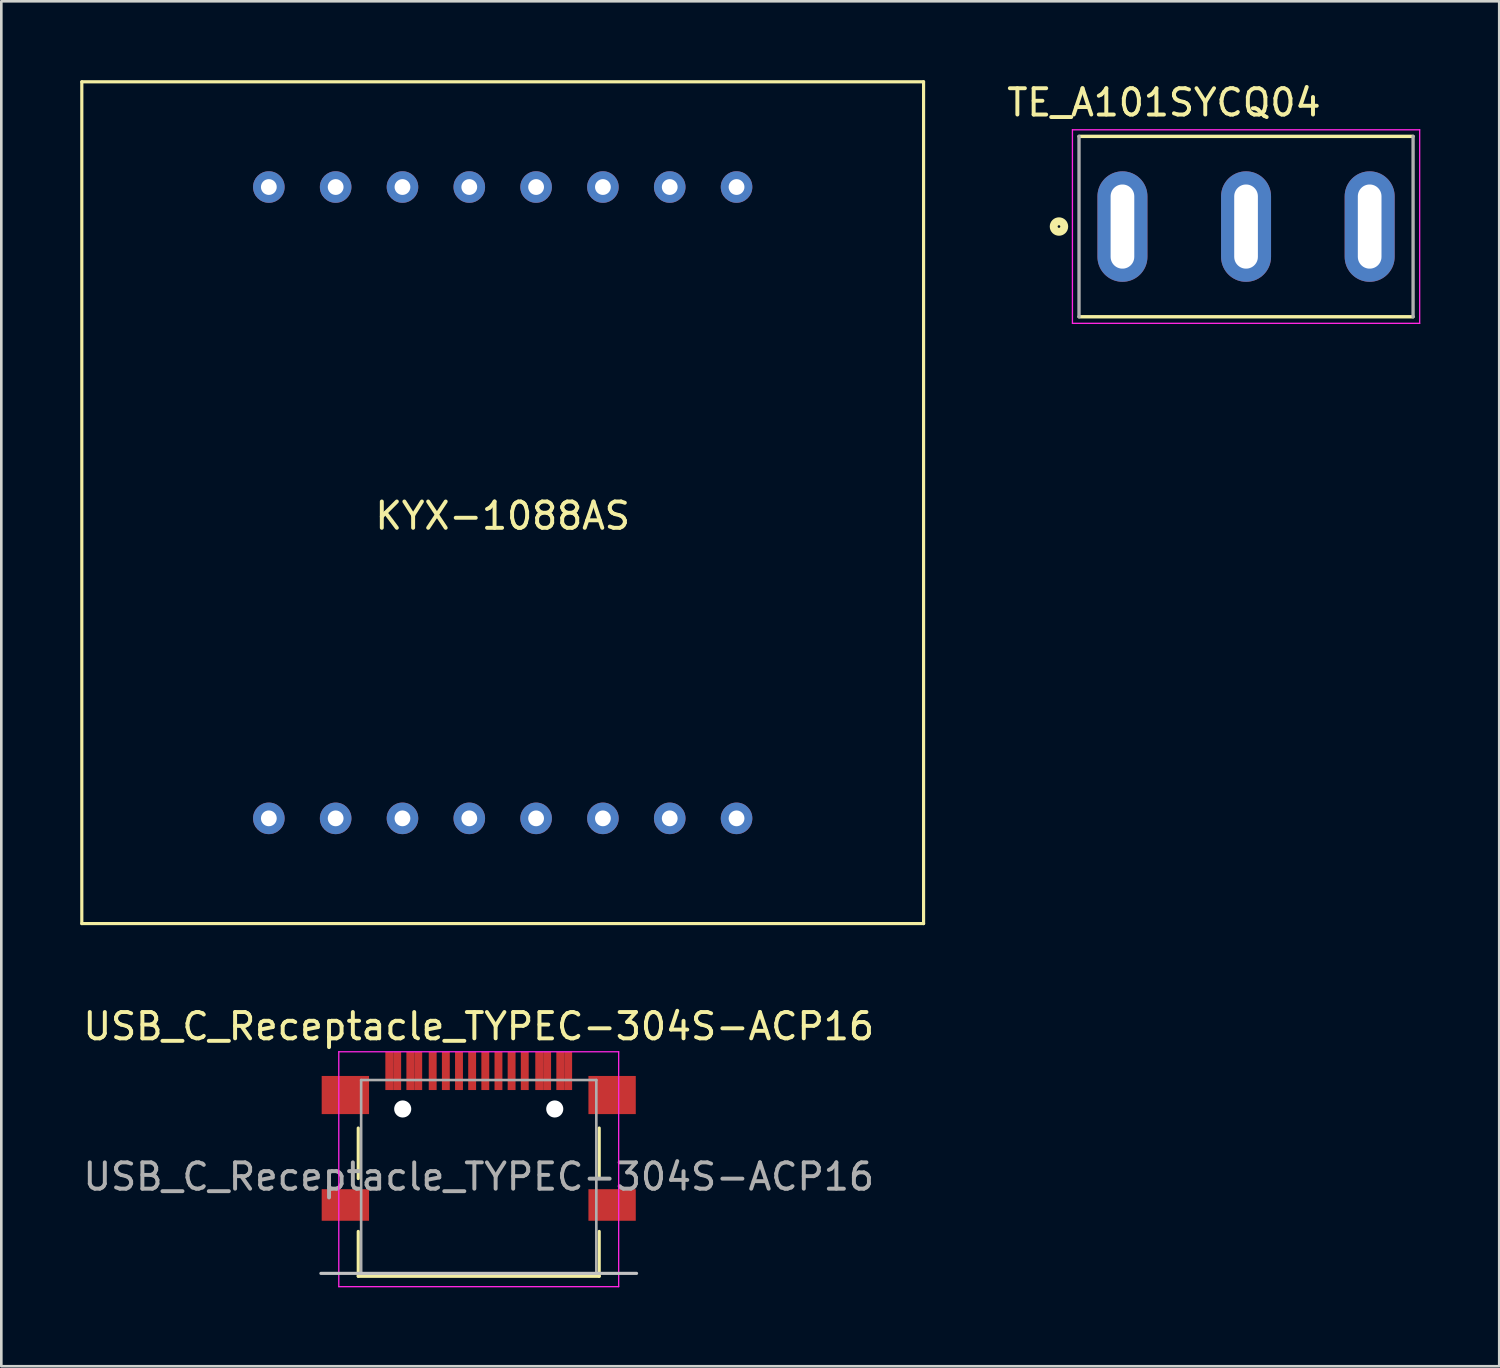
<source format=kicad_pcb>
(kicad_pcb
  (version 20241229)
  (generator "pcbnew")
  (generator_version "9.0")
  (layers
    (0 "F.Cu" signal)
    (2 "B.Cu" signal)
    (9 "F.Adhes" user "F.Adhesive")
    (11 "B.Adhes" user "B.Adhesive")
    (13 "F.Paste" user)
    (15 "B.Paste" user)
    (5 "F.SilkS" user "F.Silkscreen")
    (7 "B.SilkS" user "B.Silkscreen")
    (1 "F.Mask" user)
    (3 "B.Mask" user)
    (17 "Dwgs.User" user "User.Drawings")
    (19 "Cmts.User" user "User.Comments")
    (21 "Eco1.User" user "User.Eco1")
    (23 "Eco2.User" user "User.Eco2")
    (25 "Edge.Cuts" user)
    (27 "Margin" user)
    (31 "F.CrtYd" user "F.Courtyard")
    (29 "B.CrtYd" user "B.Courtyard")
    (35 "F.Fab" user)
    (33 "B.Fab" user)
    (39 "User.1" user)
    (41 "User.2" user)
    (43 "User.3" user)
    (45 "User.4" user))
  (footprint "USB_C_Receptacle_TYPEC-304S-ACP16"
    (layer "F.Cu")
    (at 15.149 42.758)
    (property "Reference" "USB_C_Receptacle_TYPEC-304S-ACP16" (at 0 -6.79 0) (layer "F.SilkS") (effects (font (size 1 1) (thickness 0.15))))
    (attr smd)
    (fp_line (start -4.58 -2.925) (end -4.58 -1.005) (stroke (width 0.12) (type solid)) (layer "F.SilkS"))
    (fp_line (start -4.58 2.71) (end -4.58 1.005) (stroke (width 0.12) (type solid)) (layer "F.SilkS"))
    (fp_line (start 4.58 -1.005) (end 4.58 -2.925) (stroke (width 0.12) (type solid)) (layer "F.SilkS"))
    (fp_line (start 4.58 1.005) (end 4.58 2.71) (stroke (width 0.12) (type solid)) (layer "F.SilkS"))
    (fp_line (start 4.58 2.71) (end -4.58 2.71) (stroke (width 0.12) (type solid)) (layer "F.SilkS"))
    (fp_line (start 6 2.6) (end -6 2.6) (stroke (width 0.12) (type solid)) (layer "Dwgs.User"))
    (fp_line (start -5.32 -5.825) (end 5.32 -5.825) (stroke (width 0.05) (type solid)) (layer "F.CrtYd"))
    (fp_line (start -5.32 3.105) (end -5.32 -5.825) (stroke (width 0.05) (type solid)) (layer "F.CrtYd"))
    (fp_line (start 5.32 -5.825) (end 5.32 3.105) (stroke (width 0.05) (type solid)) (layer "F.CrtYd"))
    (fp_line (start 5.32 3.105) (end -5.32 3.105) (stroke (width 0.05) (type solid)) (layer "F.CrtYd"))
    (fp_line (start -4.47 -4.75) (end -4.47 2.6) (stroke (width 0.1) (type solid)) (layer "F.Fab"))
    (fp_line (start -4.47 -4.75) (end 4.47 -4.75) (stroke (width 0.1) (type solid)) (layer "F.Fab"))
    (fp_line (start -4.47 2.6) (end 4.47 2.6) (stroke (width 0.1) (type solid)) (layer "F.Fab"))
    (fp_line (start 4.47 2.6) (end 4.47 -4.75) (stroke (width 0.1) (type solid)) (layer "F.Fab"))
    (fp_text user "${REFERENCE}" (at 0 -1.075 0) (layer "F.Fab") (effects (font (size 1 1) (thickness 0.15))))
    (pad "" np_thru_hole circle (at -2.89 -3.65) (size 0.65 0.65) (drill 0.65) (layers "*.Cu" "*.Mask"))
    (pad "" np_thru_hole circle (at 2.89 -3.65) (size 0.65 0.65) (drill 0.65) (layers "*.Cu" "*.Mask"))
    (pad "A1" smd rect (at -3.4 -5.095) (size 0.3 1.45) (layers "F.Cu" "F.Mask" "F.Paste"))
    (pad "A4" smd rect (at -2.6 -5.095) (size 0.3 1.45) (layers "F.Cu" "F.Mask" "F.Paste"))
    (pad "A5" smd rect (at -1.25 -5.095) (size 0.3 1.45) (layers "F.Cu" "F.Mask" "F.Paste"))
    (pad "A6" smd rect (at -0.25 -5.095) (size 0.3 1.45) (layers "F.Cu" "F.Mask" "F.Paste"))
    (pad "A7" smd rect (at 0.25 -5.095) (size 0.3 1.45) (layers "F.Cu" "F.Mask" "F.Paste"))
    (pad "A8" smd rect (at 1.25 -5.095) (size 0.3 1.45) (layers "F.Cu" "F.Mask" "F.Paste"))
    (pad "A9" smd rect (at 2.6 -5.095) (size 0.3 1.45) (layers "F.Cu" "F.Mask" "F.Paste"))
    (pad "A12" smd rect (at 3.4 -5.095) (size 0.3 1.45) (layers "F.Cu" "F.Mask" "F.Paste"))
    (pad "B1" smd rect (at 3.1 -5.095) (size 0.3 1.45) (layers "F.Cu" "F.Mask" "F.Paste"))
    (pad "B4" smd rect (at 2.3 -5.095) (size 0.3 1.45) (layers "F.Cu" "F.Mask" "F.Paste"))
    (pad "B5" smd rect (at 1.75 -5.095) (size 0.3 1.45) (layers "F.Cu" "F.Mask" "F.Paste"))
    (pad "B6" smd rect (at 0.75 -5.095) (size 0.3 1.45) (layers "F.Cu" "F.Mask" "F.Paste"))
    (pad "B7" smd rect (at -0.75 -5.095) (size 0.3 1.45) (layers "F.Cu" "F.Mask" "F.Paste"))
    (pad "B8" smd rect (at -1.75 -5.095) (size 0.3 1.45) (layers "F.Cu" "F.Mask" "F.Paste"))
    (pad "B9" smd rect (at -2.3 -5.095) (size 0.3 1.45) (layers "F.Cu" "F.Mask" "F.Paste"))
    (pad "B12" smd rect (at -3.1 -5.095) (size 0.3 1.45) (layers "F.Cu" "F.Mask" "F.Paste"))
    (pad "S1" smd rect (at -5.07 -4.18) (size 1.8 1.45) (layers "F.Cu" "F.Mask" "F.Paste"))
    (pad "S1" smd rect (at -5.07 0) (size 1.8 1.2) (layers "F.Cu" "F.Mask" "F.Paste"))
    (pad "S1" smd rect (at 5.07 -4.18) (size 1.8 1.45) (layers "F.Cu" "F.Mask" "F.Paste"))
    (pad "S1" smd rect (at 5.07 0) (size 1.8 1.2) (layers "F.Cu" "F.Mask" "F.Paste")))
  (footprint "KYX-1088AS"
    (layer "F.Cu")
    (at 16.06 16.06)
    (property "Reference" "KYX-1088AS" (at 0 0.5 0) (layer "F.SilkS") (effects (font (size 1 1) (thickness 0.15))))
    (attr through_hole)
    (fp_line (start -16 -16) (end -16 16) (stroke (width 0.12) (type solid)) (layer "F.SilkS"))
    (fp_line (start -16 16) (end 16 16) (stroke (width 0.12) (type solid)) (layer "F.SilkS"))
    (fp_line (start 16 -16) (end -16 -16) (stroke (width 0.12) (type solid)) (layer "F.SilkS"))
    (fp_line (start 16 16) (end 16 -16) (stroke (width 0.12) (type solid)) (layer "F.SilkS"))
    (pad "1" thru_hole circle (at -8.89 12) (size 1.2 1.2) (drill 0.6) (layers "*.Cu" "*.Mask"))
    (pad "2" thru_hole circle (at -6.35 12) (size 1.2 1.2) (drill 0.6) (layers "*.Cu" "*.Mask"))
    (pad "3" thru_hole circle (at -3.81 12) (size 1.2 1.2) (drill 0.6) (layers "*.Cu" "*.Mask"))
    (pad "4" thru_hole circle (at -1.27 12) (size 1.2 1.2) (drill 0.6) (layers "*.Cu" "*.Mask"))
    (pad "5" thru_hole circle (at 1.27 12) (size 1.2 1.2) (drill 0.6) (layers "*.Cu" "*.Mask"))
    (pad "6" thru_hole circle (at 3.81 12) (size 1.2 1.2) (drill 0.6) (layers "*.Cu" "*.Mask"))
    (pad "7" thru_hole circle (at 6.35 12) (size 1.2 1.2) (drill 0.6) (layers "*.Cu" "*.Mask"))
    (pad "8" thru_hole circle (at 8.89 12) (size 1.2 1.2) (drill 0.6) (layers "*.Cu" "*.Mask"))
    (pad "9" thru_hole circle (at 8.89 -12) (size 1.2 1.2) (drill 0.6) (layers "*.Cu" "*.Mask"))
    (pad "10" thru_hole circle (at 6.35 -12) (size 1.2 1.2) (drill 0.6) (layers "*.Cu" "*.Mask"))
    (pad "11" thru_hole circle (at 3.81 -12) (size 1.2 1.2) (drill 0.6) (layers "*.Cu" "*.Mask"))
    (pad "12" thru_hole circle (at 1.27 -12) (size 1.2 1.2) (drill 0.6) (layers "*.Cu" "*.Mask"))
    (pad "13" thru_hole circle (at -1.27 -12) (size 1.2 1.2) (drill 0.6) (layers "*.Cu" "*.Mask"))
    (pad "14" thru_hole circle (at -3.81 -12) (size 1.2 1.2) (drill 0.6) (layers "*.Cu" "*.Mask"))
    (pad "15" thru_hole circle (at -6.35 -12) (size 1.2 1.2) (drill 0.6) (layers "*.Cu" "*.Mask"))
    (pad "16" thru_hole circle (at -8.89 -12) (size 1.2 1.2) (drill 0.6) (layers "*.Cu" "*.Mask")))
  (footprint "TE_A101SYCQ04"
    (layer "F.Cu")
    (at 44.319 5.563)
    (property "Reference" "TE_A101SYCQ04" (at -3.122 -4.714 0) (layer "F.SilkS") (effects (font (size 1 1) (thickness 0.15))))
    (attr through_hole)
    (fp_line (start -6.35 3.429) (end 6.35 3.429) (stroke (width 0.127) (type solid)) (layer "F.SilkS"))
    (fp_line (start 6.35 -3.429) (end -6.35 -3.429) (stroke (width 0.127) (type solid)) (layer "F.SilkS"))
    (fp_circle (center -7.112 -0.001) (end -6.912 -0.001) (stroke (width 0.3) (type solid)) (fill no) (layer "F.SilkS"))
    (fp_line (start -6.6 -3.679) (end 6.6 -3.679) (stroke (width 0.05) (type solid)) (layer "F.CrtYd"))
    (fp_line (start -6.6 3.679) (end -6.6 -3.679) (stroke (width 0.05) (type solid)) (layer "F.CrtYd"))
    (fp_line (start 6.6 -3.679) (end 6.6 3.679) (stroke (width 0.05) (type solid)) (layer "F.CrtYd"))
    (fp_line (start 6.6 3.679) (end -6.6 3.679) (stroke (width 0.05) (type solid)) (layer "F.CrtYd"))
    (fp_line (start -6.35 -3.429) (end -6.35 3.429) (stroke (width 0.127) (type solid)) (layer "F.Fab"))
    (fp_line (start 6.35 3.429) (end 6.35 -3.429) (stroke (width 0.127) (type solid)) (layer "F.Fab"))
    (pad "1" thru_hole oval (at -4.699 0) (size 1.9 4.2) (drill oval 0.9 3.2) (layers "*.Cu" "*.Mask"))
    (pad "2" thru_hole oval (at 0 0) (size 1.9 4.2) (drill oval 0.9 3.2) (layers "*.Cu" "*.Mask"))
    (pad "3" thru_hole oval (at 4.699 0) (size 1.9 4.2) (drill oval 0.9 3.2) (layers "*.Cu" "*.Mask")))
  (gr_rect
    (start -3 -3)
    (end 53.944 48.888)
    (stroke (width 0.1) (type default))
    (fill no)
    (layer "Edge.Cuts")))
</source>
